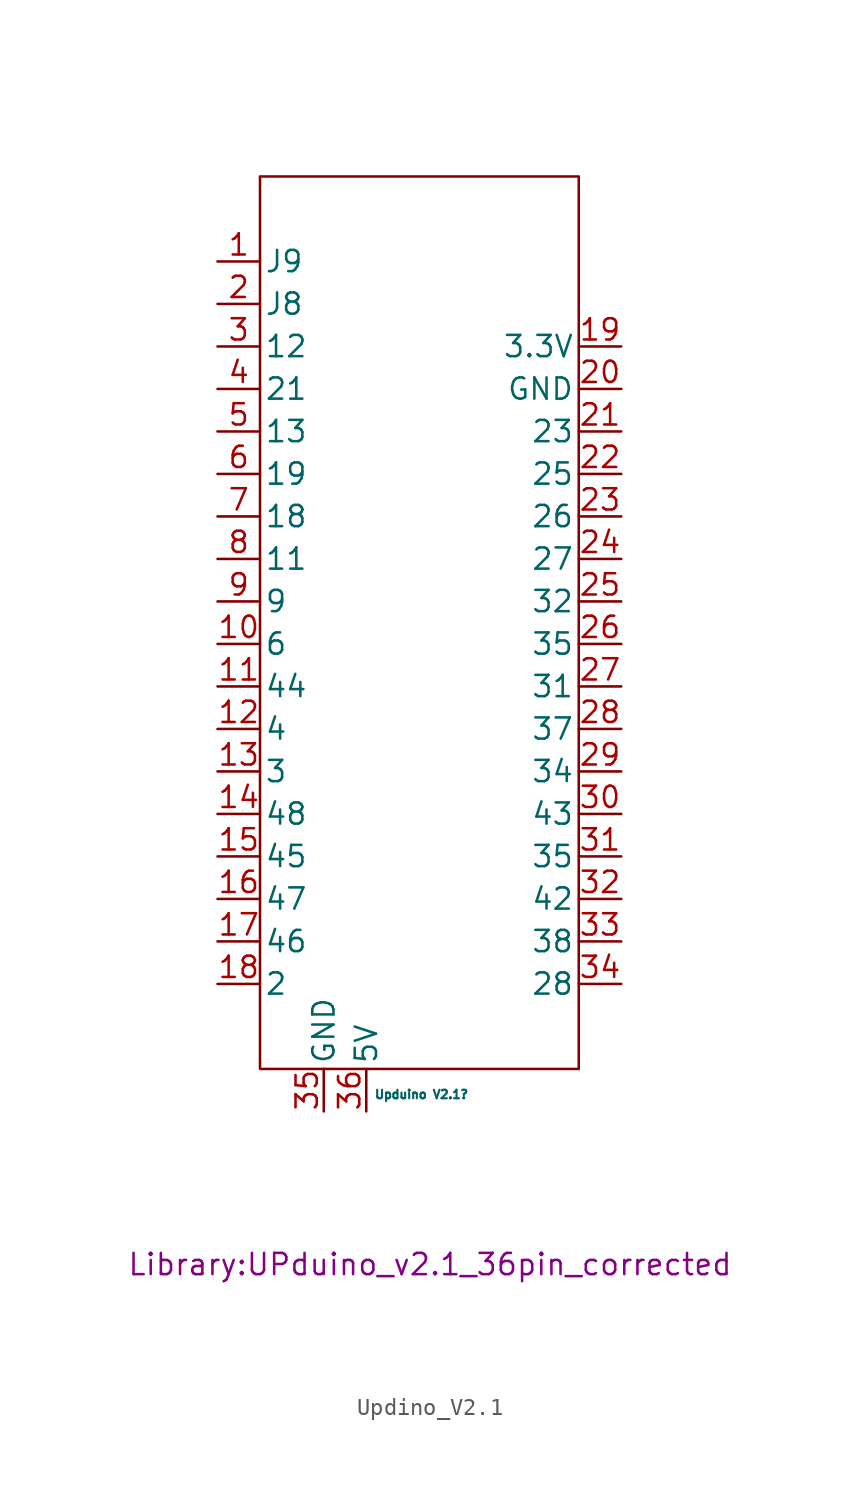
<source format=kicad_sym>
(kicad_symbol_lib
  (version 20231120)
  (generator "kicad_symbol_editor")
  (generator_version "8.0")
  (symbol "Updino_V2.1"
    (pin_names
      (offset 0.254))
    (property "Reference" "Upduino V2.1"
      (at -9.398 -9.144 0)
      (effects (font (size 0.508 0.508))))
    (property "Value" ""
      (at 2.54 -2.54 0)
      (effects (font (size 1.27 1.27))))
    (property "Footprint" "Library:UPduino_v2.1_36pin_corrected"
      (at -8.89 -19.304 0)
      (effects (font (size 1.27 1.27))))
    (symbol "Updino_V2.1_0_1"
      (rectangle (start -19.05 45.72) (end 0 -7.62) (stroke (width 0) (type default)) (fill (type none))))
    (symbol "Updino_V2.1_1_1"
      (pin bidirectional line (at -21.59 40.64 0) (length 2.54) (name "J9" (effects (font (size 1.27 1.27)))) (number "1" (effects (font (size 1.27 1.27)))))
      (pin bidirectional line (at -21.59 17.78 0) (length 2.54) (name "6" (effects (font (size 1.27 1.27)))) (number "10" (effects (font (size 1.27 1.27)))))
      (pin bidirectional line (at -21.59 15.24 0) (length 2.54) (name "44" (effects (font (size 1.27 1.27)))) (number "11" (effects (font (size 1.27 1.27)))))
      (pin bidirectional line (at -21.59 12.7 0) (length 2.54) (name "4" (effects (font (size 1.27 1.27)))) (number "12" (effects (font (size 1.27 1.27)))))
      (pin bidirectional line (at -21.59 10.16 0) (length 2.54) (name "3" (effects (font (size 1.27 1.27)))) (number "13" (effects (font (size 1.27 1.27)))))
      (pin bidirectional line (at -21.59 7.62 0) (length 2.54) (name "48" (effects (font (size 1.27 1.27)))) (number "14" (effects (font (size 1.27 1.27)))))
      (pin bidirectional line (at -21.59 5.08 0) (length 2.54) (name "45" (effects (font (size 1.27 1.27)))) (number "15" (effects (font (size 1.27 1.27)))))
      (pin bidirectional line (at -21.59 2.54 0) (length 2.54) (name "47" (effects (font (size 1.27 1.27)))) (number "16" (effects (font (size 1.27 1.27)))))
      (pin bidirectional line (at -21.59 0 0) (length 2.54) (name "46" (effects (font (size 1.27 1.27)))) (number "17" (effects (font (size 1.27 1.27)))))
      (pin bidirectional line (at -21.59 -2.54 0) (length 2.54) (name "2" (effects (font (size 1.27 1.27)))) (number "18" (effects (font (size 1.27 1.27)))))
      (pin power_in line (at 2.54 35.56 180) (length 2.54) (name "3.3V" (effects (font (size 1.27 1.27)))) (number "19" (effects (font (size 1.27 1.27)))))
      (pin bidirectional line (at -21.59 38.1 0) (length 2.54) (name "J8" (effects (font (size 1.27 1.27)))) (number "2" (effects (font (size 1.27 1.27)))))
      (pin power_in line (at 2.54 33.02 180) (length 2.54) (name "GND" (effects (font (size 1.27 1.27)))) (number "20" (effects (font (size 1.27 1.27)))))
      (pin bidirectional line (at 2.54 30.48 180) (length 2.54) (name "23" (effects (font (size 1.27 1.27)))) (number "21" (effects (font (size 1.27 1.27)))))
      (pin bidirectional line (at 2.54 27.94 180) (length 2.54) (name "25" (effects (font (size 1.27 1.27)))) (number "22" (effects (font (size 1.27 1.27)))))
      (pin bidirectional line (at 2.54 25.4 180) (length 2.54) (name "26" (effects (font (size 1.27 1.27)))) (number "23" (effects (font (size 1.27 1.27)))))
      (pin bidirectional line (at 2.54 22.86 180) (length 2.54) (name "27" (effects (font (size 1.27 1.27)))) (number "24" (effects (font (size 1.27 1.27)))))
      (pin bidirectional line (at 2.54 20.32 180) (length 2.54) (name "32" (effects (font (size 1.27 1.27)))) (number "25" (effects (font (size 1.27 1.27)))))
      (pin bidirectional line (at 2.54 17.78 180) (length 2.54) (name "35" (effects (font (size 1.27 1.27)))) (number "26" (effects (font (size 1.27 1.27)))))
      (pin bidirectional line (at 2.54 15.24 180) (length 2.54) (name "31" (effects (font (size 1.27 1.27)))) (number "27" (effects (font (size 1.27 1.27)))))
      (pin bidirectional line (at 2.54 12.7 180) (length 2.54) (name "37" (effects (font (size 1.27 1.27)))) (number "28" (effects (font (size 1.27 1.27)))))
      (pin bidirectional line (at 2.54 10.16 180) (length 2.54) (name "34" (effects (font (size 1.27 1.27)))) (number "29" (effects (font (size 1.27 1.27)))))
      (pin bidirectional line (at -21.59 35.56 0) (length 2.54) (name "12" (effects (font (size 1.27 1.27)))) (number "3" (effects (font (size 1.27 1.27)))))
      (pin bidirectional line (at 2.54 7.62 180) (length 2.54) (name "43" (effects (font (size 1.27 1.27)))) (number "30" (effects (font (size 1.27 1.27)))))
      (pin bidirectional line (at 2.54 5.08 180) (length 2.54) (name "35" (effects (font (size 1.27 1.27)))) (number "31" (effects (font (size 1.27 1.27)))))
      (pin bidirectional line (at 2.54 2.54 180) (length 2.54) (name "42" (effects (font (size 1.27 1.27)))) (number "32" (effects (font (size 1.27 1.27)))))
      (pin bidirectional line (at 2.54 0 180) (length 2.54) (name "38" (effects (font (size 1.27 1.27)))) (number "33" (effects (font (size 1.27 1.27)))))
      (pin bidirectional line (at 2.54 -2.54 180) (length 2.54) (name "28" (effects (font (size 1.27 1.27)))) (number "34" (effects (font (size 1.27 1.27)))))
      (pin power_in line (at -15.24 -10.16 90) (length 2.54) (name "GND" (effects (font (size 1.27 1.27)))) (number "35" (effects (font (size 1.27 1.27)))))
      (pin power_in line (at -12.7 -10.16 90) (length 2.54) (name "5V" (effects (font (size 1.27 1.27)))) (number "36" (effects (font (size 1.27 1.27)))))
      (pin bidirectional line (at -21.59 33.02 0) (length 2.54) (name "21" (effects (font (size 1.27 1.27)))) (number "4" (effects (font (size 1.27 1.27)))))
      (pin bidirectional line (at -21.59 30.48 0) (length 2.54) (name "13" (effects (font (size 1.27 1.27)))) (number "5" (effects (font (size 1.27 1.27)))))
      (pin bidirectional line (at -21.59 27.94 0) (length 2.54) (name "19" (effects (font (size 1.27 1.27)))) (number "6" (effects (font (size 1.27 1.27)))))
      (pin bidirectional line (at -21.59 25.4 0) (length 2.54) (name "18" (effects (font (size 1.27 1.27)))) (number "7" (effects (font (size 1.27 1.27)))))
      (pin bidirectional line (at -21.59 22.86 0) (length 2.54) (name "11" (effects (font (size 1.27 1.27)))) (number "8" (effects (font (size 1.27 1.27)))))
      (pin bidirectional line (at -21.59 20.32 0) (length 2.54) (name "9" (effects (font (size 1.27 1.27)))) (number "9" (effects (font (size 1.27 1.27))))))))
</source>
